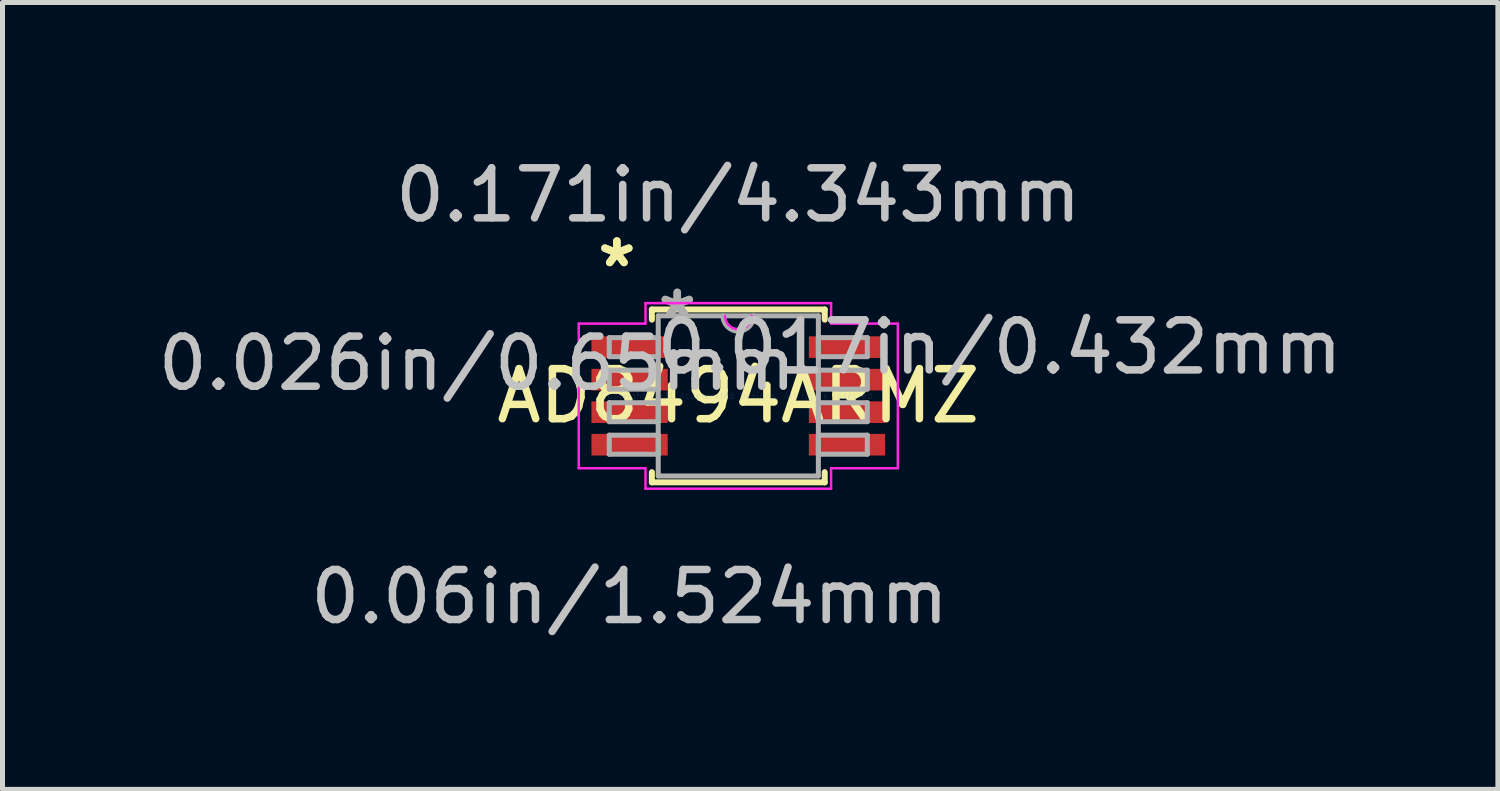
<source format=kicad_pcb>
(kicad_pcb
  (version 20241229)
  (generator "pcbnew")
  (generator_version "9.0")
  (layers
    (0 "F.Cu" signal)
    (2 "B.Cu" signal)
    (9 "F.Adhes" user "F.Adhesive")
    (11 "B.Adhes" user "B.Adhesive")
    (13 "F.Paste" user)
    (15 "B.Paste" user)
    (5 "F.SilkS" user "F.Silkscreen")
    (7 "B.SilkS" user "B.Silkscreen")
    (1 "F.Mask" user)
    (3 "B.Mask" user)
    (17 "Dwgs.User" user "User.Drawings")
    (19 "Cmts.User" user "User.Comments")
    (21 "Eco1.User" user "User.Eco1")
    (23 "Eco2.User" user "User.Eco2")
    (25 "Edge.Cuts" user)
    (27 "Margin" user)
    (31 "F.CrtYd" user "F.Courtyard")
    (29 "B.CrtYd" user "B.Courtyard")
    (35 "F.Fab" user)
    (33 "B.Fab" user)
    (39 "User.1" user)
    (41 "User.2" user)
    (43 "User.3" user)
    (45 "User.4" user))
  (footprint "AD8494ARMZ"
    (layer "F.Cu")
    (at 11.702 4.861)
    (property "Reference" "AD8494ARMZ" (at 0 0 0) (layer "F.SilkS") (effects (font (size 1 1) (thickness 0.15))))
    (attr through_hole)
    (fp_line (start -1.727 -1.727) (end -1.727 -1.524) (stroke (width 0.12) (type solid)) (layer "F.SilkS"))
    (fp_line (start -1.727 1.524) (end -1.727 1.727) (stroke (width 0.12) (type solid)) (layer "F.SilkS"))
    (fp_line (start -1.727 1.727) (end 1.727 1.727) (stroke (width 0.12) (type solid)) (layer "F.SilkS"))
    (fp_line (start 1.727 -1.727) (end -1.727 -1.727) (stroke (width 0.12) (type solid)) (layer "F.SilkS"))
    (fp_line (start 1.727 -1.524) (end 1.727 -1.727) (stroke (width 0.12) (type solid)) (layer "F.SilkS"))
    (fp_line (start 1.727 1.727) (end 1.727 1.524) (stroke (width 0.12) (type solid)) (layer "F.SilkS"))
    (fp_line (start -3.188 -1.445) (end -1.854 -1.445) (stroke (width 0.05) (type solid)) (layer "F.CrtYd"))
    (fp_line (start -3.188 1.445) (end -3.188 -1.445) (stroke (width 0.05) (type solid)) (layer "F.CrtYd"))
    (fp_line (start -1.854 -1.854) (end 1.854 -1.854) (stroke (width 0.05) (type solid)) (layer "F.CrtYd"))
    (fp_line (start -1.854 -1.445) (end -1.854 -1.854) (stroke (width 0.05) (type solid)) (layer "F.CrtYd"))
    (fp_line (start -1.854 1.445) (end -3.188 1.445) (stroke (width 0.05) (type solid)) (layer "F.CrtYd"))
    (fp_line (start -1.854 1.854) (end -1.854 1.445) (stroke (width 0.05) (type solid)) (layer "F.CrtYd"))
    (fp_line (start 1.854 -1.854) (end 1.854 -1.445) (stroke (width 0.05) (type solid)) (layer "F.CrtYd"))
    (fp_line (start 1.854 -1.445) (end 3.188 -1.445) (stroke (width 0.05) (type solid)) (layer "F.CrtYd"))
    (fp_line (start 1.854 1.445) (end 1.854 1.854) (stroke (width 0.05) (type solid)) (layer "F.CrtYd"))
    (fp_line (start 1.854 1.854) (end -1.854 1.854) (stroke (width 0.05) (type solid)) (layer "F.CrtYd"))
    (fp_line (start 3.188 -1.445) (end 3.188 1.445) (stroke (width 0.05) (type solid)) (layer "F.CrtYd"))
    (fp_line (start 3.188 1.445) (end 1.854 1.445) (stroke (width 0.05) (type solid)) (layer "F.CrtYd"))
    (fp_arc (start 0.2667 -1.6002) (mid 0 -1.3335) (end -0.2667 -1.6002) (stroke (width 0.05) (type solid)) (layer "F.CrtYd"))
    (fp_line (start -2.578 -1.165) (end -2.578 -0.784) (stroke (width 0.1) (type solid)) (layer "F.Fab"))
    (fp_line (start -2.578 -0.784) (end -1.6 -0.784) (stroke (width 0.1) (type solid)) (layer "F.Fab"))
    (fp_line (start -2.578 -0.515) (end -2.578 -0.135) (stroke (width 0.1) (type solid)) (layer "F.Fab"))
    (fp_line (start -2.578 -0.135) (end -1.6 -0.135) (stroke (width 0.1) (type solid)) (layer "F.Fab"))
    (fp_line (start -2.578 0.135) (end -2.578 0.515) (stroke (width 0.1) (type solid)) (layer "F.Fab"))
    (fp_line (start -2.578 0.515) (end -1.6 0.515) (stroke (width 0.1) (type solid)) (layer "F.Fab"))
    (fp_line (start -2.578 0.784) (end -2.578 1.165) (stroke (width 0.1) (type solid)) (layer "F.Fab"))
    (fp_line (start -2.578 1.165) (end -1.6 1.165) (stroke (width 0.1) (type solid)) (layer "F.Fab"))
    (fp_line (start -1.6 -1.6) (end -1.6 1.6) (stroke (width 0.1) (type solid)) (layer "F.Fab"))
    (fp_line (start -1.6 -1.165) (end -2.578 -1.165) (stroke (width 0.1) (type solid)) (layer "F.Fab"))
    (fp_line (start -1.6 -0.784) (end -1.6 -1.165) (stroke (width 0.1) (type solid)) (layer "F.Fab"))
    (fp_line (start -1.6 -0.515) (end -2.578 -0.515) (stroke (width 0.1) (type solid)) (layer "F.Fab"))
    (fp_line (start -1.6 -0.135) (end -1.6 -0.515) (stroke (width 0.1) (type solid)) (layer "F.Fab"))
    (fp_line (start -1.6 0.135) (end -2.578 0.135) (stroke (width 0.1) (type solid)) (layer "F.Fab"))
    (fp_line (start -1.6 0.515) (end -1.6 0.135) (stroke (width 0.1) (type solid)) (layer "F.Fab"))
    (fp_line (start -1.6 0.784) (end -2.578 0.784) (stroke (width 0.1) (type solid)) (layer "F.Fab"))
    (fp_line (start -1.6 1.165) (end -1.6 0.784) (stroke (width 0.1) (type solid)) (layer "F.Fab"))
    (fp_line (start -1.6 1.6) (end 1.6 1.6) (stroke (width 0.1) (type solid)) (layer "F.Fab"))
    (fp_line (start 1.6 -1.6) (end -1.6 -1.6) (stroke (width 0.1) (type solid)) (layer "F.Fab"))
    (fp_line (start 1.6 -1.165) (end 1.6 -0.784) (stroke (width 0.1) (type solid)) (layer "F.Fab"))
    (fp_line (start 1.6 -0.784) (end 2.578 -0.784) (stroke (width 0.1) (type solid)) (layer "F.Fab"))
    (fp_line (start 1.6 -0.515) (end 1.6 -0.135) (stroke (width 0.1) (type solid)) (layer "F.Fab"))
    (fp_line (start 1.6 -0.135) (end 2.578 -0.135) (stroke (width 0.1) (type solid)) (layer "F.Fab"))
    (fp_line (start 1.6 0.135) (end 1.6 0.515) (stroke (width 0.1) (type solid)) (layer "F.Fab"))
    (fp_line (start 1.6 0.515) (end 2.578 0.515) (stroke (width 0.1) (type solid)) (layer "F.Fab"))
    (fp_line (start 1.6 0.784) (end 1.6 1.165) (stroke (width 0.1) (type solid)) (layer "F.Fab"))
    (fp_line (start 1.6 1.165) (end 2.578 1.165) (stroke (width 0.1) (type solid)) (layer "F.Fab"))
    (fp_line (start 1.6 1.6) (end 1.6 -1.6) (stroke (width 0.1) (type solid)) (layer "F.Fab"))
    (fp_line (start 2.578 -1.165) (end 1.6 -1.165) (stroke (width 0.1) (type solid)) (layer "F.Fab"))
    (fp_line (start 2.578 -0.784) (end 2.578 -1.165) (stroke (width 0.1) (type solid)) (layer "F.Fab"))
    (fp_line (start 2.578 -0.515) (end 1.6 -0.515) (stroke (width 0.1) (type solid)) (layer "F.Fab"))
    (fp_line (start 2.578 -0.135) (end 2.578 -0.515) (stroke (width 0.1) (type solid)) (layer "F.Fab"))
    (fp_line (start 2.578 0.135) (end 1.6 0.135) (stroke (width 0.1) (type solid)) (layer "F.Fab"))
    (fp_line (start 2.578 0.515) (end 2.578 0.135) (stroke (width 0.1) (type solid)) (layer "F.Fab"))
    (fp_line (start 2.578 0.784) (end 1.6 0.784) (stroke (width 0.1) (type solid)) (layer "F.Fab"))
    (fp_line (start 2.578 1.165) (end 2.578 0.784) (stroke (width 0.1) (type solid)) (layer "F.Fab"))
    (fp_arc (start 0.3048 -1.6002) (mid 0 -1.2954) (end -0.3048 -1.6002) (stroke (width 0.1) (type solid)) (layer "F.Fab"))
    (fp_text user "*" (at -2.426 -2.55 0) (layer "F.SilkS") (effects (font (size 1 1) (thickness 0.15))))
    (fp_text user "*" (at -2.426 -2.55 0) (layer "F.SilkS") (effects (font (size 1 1) (thickness 0.15))))
    (fp_text user "0.026in/0.65mm" (at -5.22 -0.65 0) (layer "Dwgs.User") (effects (font (size 1 1) (thickness 0.15))))
    (fp_text user "0.171in/4.343mm" (at 0 -4.013 0) (layer "Dwgs.User") (effects (font (size 1 1) (thickness 0.15))))
    (fp_text user "0.017in/0.432mm" (at 5.22 -0.975 0) (layer "Dwgs.User") (effects (font (size 1 1) (thickness 0.15))))
    (fp_text user "0.06in/1.524mm" (at -2.172 4.013 0) (layer "Dwgs.User") (effects (font (size 1 1) (thickness 0.15))))
    (fp_text user "Copyright 2021 Accelerated Designs. All rights reserved." (at 0 0 0) (layer "Cmts.User") (effects (font (size 0.127 0.127) (thickness 0.002))))
    (fp_text user "*" (at -1.219 -1.524 0) (layer "F.Fab") (effects (font (size 1 1) (thickness 0.15))))
    (fp_text user "*" (at -1.219 -1.524 0) (layer "F.Fab") (effects (font (size 1 1) (thickness 0.15))))
    (pad "1" smd rect (at -2.172 -0.975) (size 1.524 0.432) (layers "F.Cu" "F.Mask" "F.Paste"))
    (pad "2" smd rect (at -2.172 -0.325) (size 1.524 0.432) (layers "F.Cu" "F.Mask" "F.Paste"))
    (pad "3" smd rect (at -2.172 0.325) (size 1.524 0.432) (layers "F.Cu" "F.Mask" "F.Paste"))
    (pad "4" smd rect (at -2.172 0.975) (size 1.524 0.432) (layers "F.Cu" "F.Mask" "F.Paste"))
    (pad "5" smd rect (at 2.172 0.975) (size 1.524 0.432) (layers "F.Cu" "F.Mask" "F.Paste"))
    (pad "6" smd rect (at 2.172 0.325) (size 1.524 0.432) (layers "F.Cu" "F.Mask" "F.Paste"))
    (pad "7" smd rect (at 2.172 -0.325) (size 1.524 0.432) (layers "F.Cu" "F.Mask" "F.Paste"))
    (pad "8" smd rect (at 2.172 -0.975) (size 1.524 0.432) (layers "F.Cu" "F.Mask" "F.Paste")))
  (gr_rect
    (start -3 -3)
    (end 26.88 12.723)
    (stroke (width 0.1) (type default))
    (fill no)
    (layer "Edge.Cuts")))
</source>
